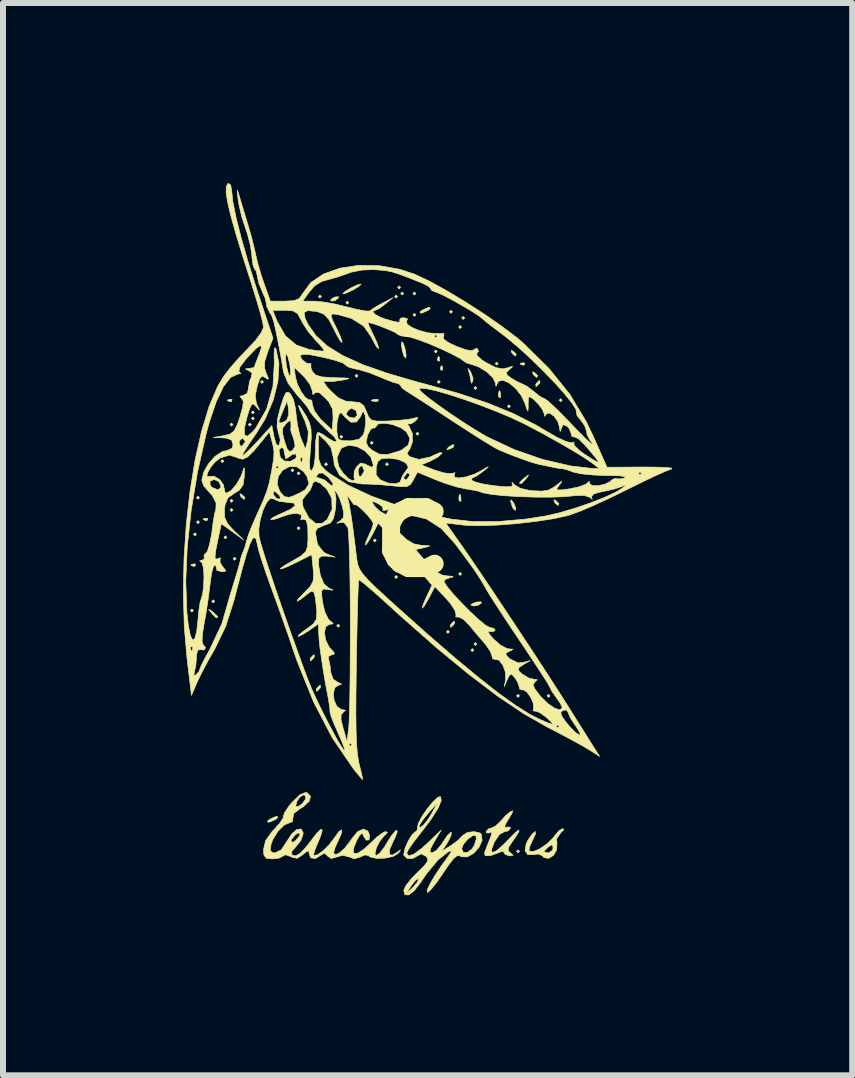
<source format=kicad_pcb>
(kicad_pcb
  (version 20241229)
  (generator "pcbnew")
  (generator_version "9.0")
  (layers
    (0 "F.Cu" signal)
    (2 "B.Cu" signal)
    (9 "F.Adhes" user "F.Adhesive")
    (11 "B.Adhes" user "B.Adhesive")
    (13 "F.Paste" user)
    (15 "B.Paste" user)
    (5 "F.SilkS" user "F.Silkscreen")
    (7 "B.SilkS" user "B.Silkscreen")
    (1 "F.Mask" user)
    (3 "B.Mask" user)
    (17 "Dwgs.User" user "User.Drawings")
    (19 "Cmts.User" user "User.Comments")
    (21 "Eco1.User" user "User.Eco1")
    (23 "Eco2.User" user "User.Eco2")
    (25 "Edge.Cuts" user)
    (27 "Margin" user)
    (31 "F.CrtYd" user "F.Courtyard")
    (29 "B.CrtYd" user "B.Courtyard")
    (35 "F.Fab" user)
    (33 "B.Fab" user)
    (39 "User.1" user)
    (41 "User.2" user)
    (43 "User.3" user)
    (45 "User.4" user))
  (footprint "c"
    (layer "F.Cu")
    (at 3.831 5.728)
    (property "Reference" "c" (at 0 0 0) (layer "F.SilkS") (effects (font (size 1.524 1.524) (thickness 0.3))))
    (attr through_hole)
    (fp_poly (pts (xy -3.658 1.397) (xy -3.683 1.422) (xy -3.708 1.397) (xy -3.683 1.372) (xy -3.658 1.397)) (stroke (width 0.01) (type solid)) (fill yes) (layer "F.SilkS"))
    (fp_poly (pts (xy -3.607 0.127) (xy -3.632 0.152) (xy -3.658 0.127) (xy -3.632 0.102) (xy -3.607 0.127)) (stroke (width 0.01) (type solid)) (fill yes) (layer "F.SilkS"))
    (fp_poly (pts (xy -3.556 -0.483) (xy -3.581 -0.457) (xy -3.607 -0.483) (xy -3.581 -0.508) (xy -3.556 -0.483)) (stroke (width 0.01) (type solid)) (fill yes) (layer "F.SilkS"))
    (fp_poly (pts (xy -3.556 -0.076) (xy -3.581 -0.051) (xy -3.607 -0.076) (xy -3.581 -0.102) (xy -3.556 -0.076)) (stroke (width 0.01) (type solid)) (fill yes) (layer "F.SilkS"))
    (fp_poly (pts (xy -3.302 1.245) (xy -3.327 1.27) (xy -3.353 1.245) (xy -3.327 1.219) (xy -3.302 1.245)) (stroke (width 0.01) (type solid)) (fill yes) (layer "F.SilkS"))
    (fp_poly (pts (xy -3.15 -1.092) (xy -3.175 -1.067) (xy -3.2 -1.092) (xy -3.175 -1.118) (xy -3.15 -1.092)) (stroke (width 0.01) (type solid)) (fill yes) (layer "F.SilkS"))
    (fp_poly (pts (xy -3.099 0.178) (xy -3.124 0.203) (xy -3.15 0.178) (xy -3.124 0.152) (xy -3.099 0.178)) (stroke (width 0.01) (type solid)) (fill yes) (layer "F.SilkS"))
    (fp_poly (pts (xy -2.997 -1.702) (xy -3.023 -1.676) (xy -3.048 -1.702) (xy -3.023 -1.727) (xy -2.997 -1.702)) (stroke (width 0.01) (type solid)) (fill yes) (layer "F.SilkS"))
    (fp_poly (pts (xy -2.997 -0.432) (xy -3.023 -0.406) (xy -3.048 -0.432) (xy -3.023 -0.457) (xy -2.997 -0.432)) (stroke (width 0.01) (type solid)) (fill yes) (layer "F.SilkS"))
    (fp_poly (pts (xy -2.997 -0.279) (xy -3.023 -0.254) (xy -3.048 -0.279) (xy -3.023 -0.305) (xy -2.997 -0.279)) (stroke (width 0.01) (type solid)) (fill yes) (layer "F.SilkS"))
    (fp_poly (pts (xy -2.946 0.533) (xy -2.972 0.559) (xy -2.997 0.533) (xy -2.972 0.508) (xy -2.946 0.533)) (stroke (width 0.01) (type solid)) (fill yes) (layer "F.SilkS"))
    (fp_poly (pts (xy -2.692 -1.702) (xy -2.718 -1.676) (xy -2.743 -1.702) (xy -2.718 -1.727) (xy -2.692 -1.702)) (stroke (width 0.01) (type solid)) (fill yes) (layer "F.SilkS"))
    (fp_poly (pts (xy -2.642 -1.905) (xy -2.667 -1.88) (xy -2.692 -1.905) (xy -2.667 -1.93) (xy -2.642 -1.905)) (stroke (width 0.01) (type solid)) (fill yes) (layer "F.SilkS"))
    (fp_poly (pts (xy -2.642 -1.803) (xy -2.667 -1.778) (xy -2.692 -1.803) (xy -2.667 -1.829) (xy -2.642 -1.803)) (stroke (width 0.01) (type solid)) (fill yes) (layer "F.SilkS"))
    (fp_poly (pts (xy -2.489 -2.413) (xy -2.515 -2.388) (xy -2.54 -2.413) (xy -2.515 -2.438) (xy -2.489 -2.413)) (stroke (width 0.01) (type solid)) (fill yes) (layer "F.SilkS"))
    (fp_poly (pts (xy -1.981 -0.94) (xy -2.007 -0.914) (xy -2.032 -0.94) (xy -2.007 -0.965) (xy -1.981 -0.94)) (stroke (width 0.01) (type solid)) (fill yes) (layer "F.SilkS"))
    (fp_poly (pts (xy -1.88 -0.889) (xy -1.905 -0.864) (xy -1.93 -0.889) (xy -1.905 -0.914) (xy -1.88 -0.889)) (stroke (width 0.01) (type solid)) (fill yes) (layer "F.SilkS"))
    (fp_poly (pts (xy -1.88 0.025) (xy -1.905 0.051) (xy -1.93 0.025) (xy -1.905 0) (xy -1.88 0.025)) (stroke (width 0.01) (type solid)) (fill yes) (layer "F.SilkS"))
    (fp_poly (pts (xy -1.524 -3.835) (xy -1.549 -3.81) (xy -1.575 -3.835) (xy -1.549 -3.861) (xy -1.524 -3.835)) (stroke (width 0.01) (type solid)) (fill yes) (layer "F.SilkS"))
    (fp_poly (pts (xy -1.422 -1.041) (xy -1.448 -1.016) (xy -1.473 -1.041) (xy -1.448 -1.067) (xy -1.422 -1.041)) (stroke (width 0.01) (type solid)) (fill yes) (layer "F.SilkS"))
    (fp_poly (pts (xy -1.219 1.651) (xy -1.245 1.676) (xy -1.27 1.651) (xy -1.245 1.626) (xy -1.219 1.651)) (stroke (width 0.01) (type solid)) (fill yes) (layer "F.SilkS"))
    (fp_poly (pts (xy -1.168 -1.499) (xy -1.194 -1.473) (xy -1.219 -1.499) (xy -1.194 -1.524) (xy -1.168 -1.499)) (stroke (width 0.01) (type solid)) (fill yes) (layer "F.SilkS"))
    (fp_poly (pts (xy -1.067 -3.734) (xy -1.092 -3.708) (xy -1.118 -3.734) (xy -1.092 -3.759) (xy -1.067 -3.734)) (stroke (width 0.01) (type solid)) (fill yes) (layer "F.SilkS"))
    (fp_poly (pts (xy -0.914 -2.515) (xy -0.94 -2.489) (xy -0.965 -2.515) (xy -0.94 -2.54) (xy -0.914 -2.515)) (stroke (width 0.01) (type solid)) (fill yes) (layer "F.SilkS"))
    (fp_poly (pts (xy -0.66 -1.397) (xy -0.686 -1.372) (xy -0.711 -1.397) (xy -0.686 -1.422) (xy -0.66 -1.397)) (stroke (width 0.01) (type solid)) (fill yes) (layer "F.SilkS"))
    (fp_poly (pts (xy -0.61 0.229) (xy -0.635 0.254) (xy -0.66 0.229) (xy -0.635 0.203) (xy -0.61 0.229)) (stroke (width 0.01) (type solid)) (fill yes) (layer "F.SilkS"))
    (fp_poly (pts (xy -0.406 -1.041) (xy -0.432 -1.016) (xy -0.457 -1.041) (xy -0.432 -1.067) (xy -0.406 -1.041)) (stroke (width 0.01) (type solid)) (fill yes) (layer "F.SilkS"))
    (fp_poly (pts (xy -0.254 -3.835) (xy -0.279 -3.81) (xy -0.305 -3.835) (xy -0.279 -3.861) (xy -0.254 -3.835)) (stroke (width 0.01) (type solid)) (fill yes) (layer "F.SilkS"))
    (fp_poly (pts (xy -0.254 0.838) (xy -0.279 0.864) (xy -0.305 0.838) (xy -0.279 0.813) (xy -0.254 0.838)) (stroke (width 0.01) (type solid)) (fill yes) (layer "F.SilkS"))
    (fp_poly (pts (xy -0.203 -3.988) (xy -0.229 -3.962) (xy -0.254 -3.988) (xy -0.229 -4.013) (xy -0.203 -3.988)) (stroke (width 0.01) (type solid)) (fill yes) (layer "F.SilkS"))
    (fp_poly (pts (xy -0.203 0.737) (xy -0.229 0.762) (xy -0.254 0.737) (xy -0.229 0.711) (xy -0.203 0.737)) (stroke (width 0.01) (type solid)) (fill yes) (layer "F.SilkS"))
    (fp_poly (pts (xy -0.152 -3.886) (xy -0.178 -3.861) (xy -0.203 -3.886) (xy -0.178 -3.912) (xy -0.152 -3.886)) (stroke (width 0.01) (type solid)) (fill yes) (layer "F.SilkS"))
    (fp_poly (pts (xy -0.102 0.737) (xy -0.127 0.762) (xy -0.152 0.737) (xy -0.127 0.711) (xy -0.102 0.737)) (stroke (width 0.01) (type solid)) (fill yes) (layer "F.SilkS"))
    (fp_poly (pts (xy 0.051 -3.886) (xy 0.025 -3.861) (xy 0 -3.886) (xy 0.025 -3.912) (xy 0.051 -3.886)) (stroke (width 0.01) (type solid)) (fill yes) (layer "F.SilkS"))
    (fp_poly (pts (xy 0.051 -3.531) (xy 0.025 -3.505) (xy 0 -3.531) (xy 0.025 -3.556) (xy 0.051 -3.531)) (stroke (width 0.01) (type solid)) (fill yes) (layer "F.SilkS"))
    (fp_poly (pts (xy 0.102 -1.549) (xy 0.076 -1.524) (xy 0.051 -1.549) (xy 0.076 -1.575) (xy 0.102 -1.549)) (stroke (width 0.01) (type solid)) (fill yes) (layer "F.SilkS"))
    (fp_poly (pts (xy 0.406 -2.921) (xy 0.381 -2.896) (xy 0.356 -2.921) (xy 0.381 -2.946) (xy 0.406 -2.921)) (stroke (width 0.01) (type solid)) (fill yes) (layer "F.SilkS"))
    (fp_poly (pts (xy 0.457 -2.413) (xy 0.432 -2.388) (xy 0.406 -2.413) (xy 0.432 -2.438) (xy 0.457 -2.413)) (stroke (width 0.01) (type solid)) (fill yes) (layer "F.SilkS"))
    (fp_poly (pts (xy 0.61 1.753) (xy 0.584 1.778) (xy 0.559 1.753) (xy 0.584 1.727) (xy 0.61 1.753)) (stroke (width 0.01) (type solid)) (fill yes) (layer "F.SilkS"))
    (fp_poly (pts (xy 0.66 -3.581) (xy 0.635 -3.556) (xy 0.61 -3.581) (xy 0.635 -3.607) (xy 0.66 -3.581)) (stroke (width 0.01) (type solid)) (fill yes) (layer "F.SilkS"))
    (fp_poly (pts (xy 0.813 -3.327) (xy 0.787 -3.302) (xy 0.762 -3.327) (xy 0.787 -3.353) (xy 0.813 -3.327)) (stroke (width 0.01) (type solid)) (fill yes) (layer "F.SilkS"))
    (fp_poly (pts (xy 0.813 0.787) (xy 0.787 0.813) (xy 0.762 0.787) (xy 0.787 0.762) (xy 0.813 0.787)) (stroke (width 0.01) (type solid)) (fill yes) (layer "F.SilkS"))
    (fp_poly (pts (xy 0.864 -3.48) (xy 0.838 -3.454) (xy 0.813 -3.48) (xy 0.838 -3.505) (xy 0.864 -3.48)) (stroke (width 0.01) (type solid)) (fill yes) (layer "F.SilkS"))
    (fp_poly (pts (xy 1.016 2.057) (xy 0.991 2.083) (xy 0.965 2.057) (xy 0.991 2.032) (xy 1.016 2.057)) (stroke (width 0.01) (type solid)) (fill yes) (layer "F.SilkS"))
    (fp_poly (pts (xy 1.067 -2.311) (xy 1.041 -2.286) (xy 1.016 -2.311) (xy 1.041 -2.337) (xy 1.067 -2.311)) (stroke (width 0.01) (type solid)) (fill yes) (layer "F.SilkS"))
    (fp_poly (pts (xy 1.067 1.956) (xy 1.041 1.981) (xy 1.016 1.956) (xy 1.041 1.93) (xy 1.067 1.956)) (stroke (width 0.01) (type solid)) (fill yes) (layer "F.SilkS"))
    (fp_poly (pts (xy 1.422 -2.718) (xy 1.397 -2.692) (xy 1.372 -2.718) (xy 1.397 -2.743) (xy 1.422 -2.718)) (stroke (width 0.01) (type solid)) (fill yes) (layer "F.SilkS"))
    (fp_poly (pts (xy 1.626 -2.007) (xy 1.6 -1.981) (xy 1.575 -2.007) (xy 1.6 -2.032) (xy 1.626 -2.007)) (stroke (width 0.01) (type solid)) (fill yes) (layer "F.SilkS"))
    (fp_poly (pts (xy 1.778 2.819) (xy 1.753 2.845) (xy 1.727 2.819) (xy 1.753 2.794) (xy 1.778 2.819)) (stroke (width 0.01) (type solid)) (fill yes) (layer "F.SilkS"))
    (fp_poly (pts (xy 1.778 5.41) (xy 1.753 5.436) (xy 1.727 5.41) (xy 1.753 5.385) (xy 1.778 5.41)) (stroke (width 0.01) (type solid)) (fill yes) (layer "F.SilkS"))
    (fp_poly (pts (xy 2.286 2.819) (xy 2.261 2.845) (xy 2.235 2.819) (xy 2.261 2.794) (xy 2.286 2.819)) (stroke (width 0.01) (type solid)) (fill yes) (layer "F.SilkS"))
    (fp_poly (pts (xy 2.489 -2.108) (xy 2.464 -2.083) (xy 2.438 -2.108) (xy 2.464 -2.134) (xy 2.489 -2.108)) (stroke (width 0.01) (type solid)) (fill yes) (layer "F.SilkS"))
    (fp_poly (pts (xy -3.624 0.627) (xy -3.631 0.657) (xy -3.658 0.66) (xy -3.699 0.642) (xy -3.691 0.627) (xy -3.631 0.62) (xy -3.624 0.627)) (stroke (width 0.01) (type solid)) (fill yes) (layer "F.SilkS"))
    (fp_poly (pts (xy -3.421 -0.135) (xy -3.428 -0.105) (xy -3.454 -0.102) (xy -3.496 -0.12) (xy -3.488 -0.135) (xy -3.428 -0.142) (xy -3.421 -0.135)) (stroke (width 0.01) (type solid)) (fill yes) (layer "F.SilkS"))
    (fp_poly (pts (xy -3.014 -2.117) (xy -3.021 -2.086) (xy -3.048 -2.083) (xy -3.09 -2.101) (xy -3.082 -2.117) (xy -3.022 -2.123) (xy -3.014 -2.117)) (stroke (width 0.01) (type solid)) (fill yes) (layer "F.SilkS"))
    (fp_poly (pts (xy -0.573 -2.113) (xy -0.588 -2.09) (xy -0.639 -2.087) (xy -0.693 -2.099) (xy -0.67 -2.118) (xy -0.591 -2.124) (xy -0.573 -2.113)) (stroke (width 0.01) (type solid)) (fill yes) (layer "F.SilkS"))
    (fp_poly (pts (xy 0.44 -2.828) (xy 0.446 -2.768) (xy 0.44 -2.76) (xy 0.41 -2.767) (xy 0.406 -2.794) (xy 0.425 -2.836) (xy 0.44 -2.828)) (stroke (width 0.01) (type solid)) (fill yes) (layer "F.SilkS"))
    (fp_poly (pts (xy 0.491 -2.675) (xy 0.497 -2.615) (xy 0.491 -2.608) (xy 0.461 -2.615) (xy 0.457 -2.642) (xy 0.476 -2.683) (xy 0.491 -2.675)) (stroke (width 0.01) (type solid)) (fill yes) (layer "F.SilkS"))
    (fp_poly (pts (xy 0.797 -0.518) (xy 0.803 -0.438) (xy 0.793 -0.42) (xy 0.77 -0.435) (xy 0.766 -0.487) (xy 0.778 -0.541) (xy 0.797 -0.518)) (stroke (width 0.01) (type solid)) (fill yes) (layer "F.SilkS"))
    (fp_poly (pts (xy 1.457 -2.245) (xy 1.463 -2.165) (xy 1.453 -2.147) (xy 1.43 -2.163) (xy 1.426 -2.214) (xy 1.439 -2.268) (xy 1.457 -2.245)) (stroke (width 0.01) (type solid)) (fill yes) (layer "F.SilkS"))
    (fp_poly (pts (xy 1.863 -2.726) (xy 1.856 -2.696) (xy 1.829 -2.692) (xy 1.787 -2.711) (xy 1.795 -2.726) (xy 1.855 -2.732) (xy 1.863 -2.726)) (stroke (width 0.01) (type solid)) (fill yes) (layer "F.SilkS"))
    (fp_poly (pts (xy -2.853 -0.538) (xy -2.798 -0.487) (xy -2.809 -0.458) (xy -2.816 -0.457) (xy -2.859 -0.493) (xy -2.875 -0.516) (xy -2.881 -0.551) (xy -2.853 -0.538)) (stroke (width 0.01) (type solid)) (fill yes) (layer "F.SilkS"))
    (fp_poly (pts (xy -1.245 -3.809) (xy -1.299 -3.767) (xy -1.358 -3.76) (xy -1.372 -3.779) (xy -1.332 -3.812) (xy -1.293 -3.829) (xy -1.24 -3.833) (xy -1.245 -3.809)) (stroke (width 0.01) (type solid)) (fill yes) (layer "F.SilkS"))
    (fp_poly (pts (xy 0.687 -1.362) (xy 0.672 -1.324) (xy 0.624 -1.299) (xy 0.565 -1.283) (xy 0.589 -1.32) (xy 0.596 -1.327) (xy 0.663 -1.367) (xy 0.687 -1.362)) (stroke (width 0.01) (type solid)) (fill yes) (layer "F.SilkS"))
    (fp_poly (pts (xy 1.669 -2.926) (xy 1.723 -2.875) (xy 1.712 -2.845) (xy 1.705 -2.845) (xy 1.662 -2.881) (xy 1.646 -2.903) (xy 1.64 -2.938) (xy 1.669 -2.926)) (stroke (width 0.01) (type solid)) (fill yes) (layer "F.SilkS"))
    (fp_poly (pts (xy 1.683 -0.39) (xy 1.716 -0.306) (xy 1.713 -0.273) (xy 1.678 -0.292) (xy 1.657 -0.332) (xy 1.628 -0.429) (xy 1.64 -0.448) (xy 1.683 -0.39)) (stroke (width 0.01) (type solid)) (fill yes) (layer "F.SilkS"))
    (fp_poly (pts (xy 2.024 -2.57) (xy 2.079 -2.519) (xy 2.067 -2.49) (xy 2.06 -2.489) (xy 2.017 -2.525) (xy 2.002 -2.548) (xy 1.996 -2.583) (xy 2.024 -2.57)) (stroke (width 0.01) (type solid)) (fill yes) (layer "F.SilkS"))
    (fp_poly (pts (xy 2.38 -0.437) (xy 2.434 -0.386) (xy 2.423 -0.356) (xy 2.416 -0.356) (xy 2.373 -0.392) (xy 2.357 -0.414) (xy 2.351 -0.449) (xy 2.38 -0.437)) (stroke (width 0.01) (type solid)) (fill yes) (layer "F.SilkS"))
    (fp_poly (pts (xy -3.377 1.388) (xy -3.34 1.416) (xy -3.27 1.479) (xy -3.251 1.505) (xy -3.276 1.52) (xy -3.343 1.455) (xy -3.359 1.435) (xy -3.403 1.375) (xy -3.377 1.388)) (stroke (width 0.01) (type solid)) (fill yes) (layer "F.SilkS"))
    (fp_poly (pts (xy -2.252 4.849) (xy -2.286 4.877) (xy -2.379 4.92) (xy -2.413 4.926) (xy -2.422 4.905) (xy -2.388 4.877) (xy -2.295 4.834) (xy -2.261 4.828) (xy -2.252 4.849)) (stroke (width 0.01) (type solid)) (fill yes) (layer "F.SilkS"))
    (fp_poly (pts (xy -1.642 2.166) (xy -1.651 2.184) (xy -1.699 2.233) (xy -1.708 2.235) (xy -1.711 2.202) (xy -1.702 2.184) (xy -1.654 2.136) (xy -1.645 2.134) (xy -1.642 2.166)) (stroke (width 0.01) (type solid)) (fill yes) (layer "F.SilkS"))
    (fp_poly (pts (xy -1.54 2.674) (xy -1.549 2.692) (xy -1.597 2.741) (xy -1.606 2.743) (xy -1.61 2.71) (xy -1.6 2.692) (xy -1.552 2.644) (xy -1.543 2.642) (xy -1.54 2.674)) (stroke (width 0.01) (type solid)) (fill yes) (layer "F.SilkS"))
    (fp_poly (pts (xy -0.16 -3.056) (xy -0.131 -2.968) (xy -0.113 -2.862) (xy -0.118 -2.811) (xy -0.145 -2.837) (xy -0.174 -2.925) (xy -0.192 -3.031) (xy -0.186 -3.082) (xy -0.16 -3.056)) (stroke (width 0.01) (type solid)) (fill yes) (layer "F.SilkS"))
    (fp_poly (pts (xy 0.288 -3.635) (xy 0.254 -3.607) (xy 0.161 -3.564) (xy 0.127 -3.558) (xy 0.118 -3.579) (xy 0.152 -3.607) (xy 0.245 -3.65) (xy 0.279 -3.656) (xy 0.288 -3.635)) (stroke (width 0.01) (type solid)) (fill yes) (layer "F.SilkS"))
    (fp_poly (pts (xy 0.695 1.608) (xy 0.686 1.626) (xy 0.638 1.674) (xy 0.629 1.676) (xy 0.626 1.644) (xy 0.635 1.626) (xy 0.683 1.577) (xy 0.692 1.575) (xy 0.695 1.608)) (stroke (width 0.01) (type solid)) (fill yes) (layer "F.SilkS"))
    (fp_poly (pts (xy 1.14 1.275) (xy 1.084 1.31) (xy 1.008 1.322) (xy 0.965 1.304) (xy 0.965 1.301) (xy 1.007 1.275) (xy 1.067 1.255) (xy 1.136 1.252) (xy 1.14 1.275)) (stroke (width 0.01) (type solid)) (fill yes) (layer "F.SilkS"))
    (fp_poly (pts (xy 1.914 -0.837) (xy 1.886 -0.8) (xy 1.812 -0.721) (xy 1.779 -0.721) (xy 1.778 -0.73) (xy 1.813 -0.773) (xy 1.867 -0.819) (xy 1.927 -0.863) (xy 1.914 -0.837)) (stroke (width 0.01) (type solid)) (fill yes) (layer "F.SilkS"))
    (fp_poly (pts (xy 2.118 -2.406) (xy 2.108 -2.388) (xy 2.06 -2.339) (xy 2.051 -2.337) (xy 2.048 -2.37) (xy 2.057 -2.388) (xy 2.105 -2.436) (xy 2.114 -2.438) (xy 2.118 -2.406)) (stroke (width 0.01) (type solid)) (fill yes) (layer "F.SilkS"))
    (fp_poly (pts (xy 0.94 -2.615) (xy 0.965 -2.576) (xy 1.002 -2.476) (xy 0.998 -2.424) (xy 0.975 -2.391) (xy 0.969 -2.422) (xy 0.951 -2.519) (xy 0.936 -2.574) (xy 0.918 -2.638) (xy 0.94 -2.615)) (stroke (width 0.01) (type solid)) (fill yes) (layer "F.SilkS"))
    (fp_poly (pts (xy -0.864 -4.041) (xy -0.904 -4.003) (xy -1.002 -3.944) (xy -1.016 -3.937) (xy -1.118 -3.891) (xy -1.167 -3.881) (xy -1.168 -3.884) (xy -1.128 -3.922) (xy -1.03 -3.98) (xy -1.016 -3.988) (xy -0.914 -4.034) (xy -0.865 -4.044) (xy -0.864 -4.041)) (stroke (width 0.01) (type solid)) (fill yes) (layer "F.SilkS"))
    (fp_poly (pts (xy 2.513 5.053) (xy 2.466 5.098) (xy 2.396 5.2) (xy 2.401 5.276) (xy 2.396 5.387) (xy 2.342 5.478) (xy 2.263 5.528) (xy 2.184 5.514) (xy 2.158 5.484) (xy 2.09 5.455) (xy 2.021 5.464) (xy 1.915 5.466) (xy 1.881 5.416) (xy 2.184 5.416) (xy 2.226 5.433) (xy 2.261 5.436) (xy 2.326 5.394) (xy 2.337 5.353) (xy 2.323 5.299) (xy 2.268 5.328) (xy 2.261 5.334) (xy 2.197 5.395) (xy 2.184 5.416) (xy 1.881 5.416) (xy 1.869 5.399) (xy 1.89 5.28) (xy 1.919 5.222) (xy 1.987 5.124) (xy 2.038 5.08) (xy 2.041 5.08) (xy 2.044 5.118) (xy 2.003 5.211) (xy 1.992 5.229) (xy 1.943 5.338) (xy 1.937 5.407) (xy 1.939 5.411) (xy 2.007 5.415) (xy 2.117 5.367) (xy 2.237 5.284) (xy 2.336 5.186) (xy 2.356 5.159) (xy 2.434 5.067) (xy 2.5 5.029) (xy 2.513 5.053)) (stroke (width 0.01) (type solid)) (fill yes) (layer "F.SilkS"))
    (fp_poly (pts (xy 1.648 4.783) (xy 1.613 4.839) (xy 1.54 4.964) (xy 1.531 5.018) (xy 1.575 5.004) (xy 1.622 5.008) (xy 1.626 5.026) (xy 1.584 5.071) (xy 1.533 5.08) (xy 1.446 5.126) (xy 1.362 5.247) (xy 1.356 5.258) (xy 1.31 5.383) (xy 1.323 5.431) (xy 1.392 5.403) (xy 1.511 5.298) (xy 1.583 5.224) (xy 1.703 5.101) (xy 1.766 5.054) (xy 1.767 5.082) (xy 1.703 5.184) (xy 1.665 5.237) (xy 1.596 5.342) (xy 1.589 5.402) (xy 1.627 5.437) (xy 1.672 5.475) (xy 1.621 5.486) (xy 1.613 5.486) (xy 1.538 5.462) (xy 1.524 5.434) (xy 1.493 5.407) (xy 1.426 5.434) (xy 1.309 5.477) (xy 1.247 5.486) (xy 1.2 5.477) (xy 1.196 5.43) (xy 1.237 5.32) (xy 1.244 5.302) (xy 1.3 5.163) (xy 1.317 5.098) (xy 1.296 5.091) (xy 1.27 5.105) (xy 1.223 5.101) (xy 1.219 5.083) (xy 1.26 5.035) (xy 1.292 5.029) (xy 1.374 4.992) (xy 1.457 4.913) (xy 1.551 4.81) (xy 1.626 4.749) (xy 1.667 4.735) (xy 1.648 4.783)) (stroke (width 0.01) (type solid)) (fill yes) (layer "F.SilkS"))
    (fp_poly (pts (xy 0.473 4.562) (xy 0.421 4.689) (xy 0.308 4.869) (xy 0.139 5.093) (xy 0.122 5.114) (xy 0.011 5.257) (xy -0.07 5.373) (xy -0.102 5.437) (xy -0.102 5.438) (xy -0.071 5.486) (xy 0.016 5.458) (xy 0.154 5.356) (xy 0.247 5.271) (xy 0.473 5.055) (xy 0.359 5.245) (xy 0.294 5.366) (xy 0.286 5.423) (xy 0.321 5.436) (xy 0.392 5.395) (xy 0.478 5.294) (xy 0.505 5.251) (xy 0.577 5.145) (xy 0.63 5.094) (xy 0.641 5.095) (xy 0.635 5.151) (xy 0.584 5.252) (xy 0.576 5.266) (xy 0.483 5.41) (xy 0.55 5.367) (xy 0.813 5.367) (xy 0.843 5.429) (xy 0.912 5.427) (xy 0.988 5.367) (xy 1.025 5.308) (xy 1.057 5.204) (xy 1.05 5.148) (xy 0.994 5.151) (xy 0.914 5.209) (xy 0.842 5.292) (xy 0.813 5.367) (xy 0.55 5.367) (xy 0.635 5.313) (xy 0.75 5.229) (xy 0.825 5.153) (xy 0.828 5.148) (xy 0.905 5.097) (xy 1.019 5.081) (xy 1.117 5.104) (xy 1.14 5.127) (xy 1.154 5.228) (xy 1.104 5.341) (xy 1.015 5.441) (xy 0.909 5.503) (xy 0.811 5.502) (xy 0.791 5.489) (xy 0.743 5.48) (xy 0.679 5.53) (xy 0.585 5.651) (xy 0.509 5.765) (xy 0.401 5.922) (xy 0.309 6.038) (xy 0.251 6.094) (xy 0.244 6.096) (xy 0.238 6.058) (xy 0.283 5.957) (xy 0.37 5.809) (xy 0.489 5.632) (xy 0.556 5.541) (xy 0.629 5.438) (xy 0.642 5.4) (xy 0.597 5.415) (xy 0.584 5.422) (xy 0.417 5.555) (xy 0.228 5.783) (xy 0.127 5.931) (xy 0.02 6.069) (xy -0.071 6.138) (xy -0.133 6.133) (xy -0.136 6.121) (xy -0.114 6.121) (xy 0.004 6.009) (xy 0.076 5.924) (xy 0.095 5.869) (xy 0.093 5.867) (xy 0.05 5.885) (xy -0.016 5.967) (xy -0.025 5.98) (xy -0.114 6.121) (xy -0.136 6.121) (xy -0.152 6.061) (xy -0.117 5.983) (xy -0.026 5.867) (xy 0.07 5.769) (xy 0.191 5.65) (xy 0.246 5.575) (xy 0.243 5.523) (xy 0.218 5.493) (xy 0.139 5.452) (xy 0.087 5.48) (xy -0.005 5.531) (xy -0.098 5.528) (xy -0.151 5.475) (xy -0.152 5.458) (xy -0.13 5.356) (xy -0.076 5.234) (xy -0.01 5.129) (xy 0.047 5.08) (xy 0.051 5.08) (xy 0.081 5.043) (xy 0.076 5.016) (xy 0.08 4.995) (xy 0.102 4.995) (xy 0.125 5.016) (xy 0.183 4.967) (xy 0.261 4.866) (xy 0.321 4.766) (xy 0.413 4.597) (xy 0.257 4.773) (xy 0.164 4.888) (xy 0.109 4.974) (xy 0.102 4.995) (xy 0.08 4.995) (xy 0.09 4.945) (xy 0.15 4.832) (xy 0.237 4.704) (xy 0.331 4.589) (xy 0.413 4.512) (xy 0.459 4.497) (xy 0.473 4.562)) (stroke (width 0.01) (type solid)) (fill yes) (layer "F.SilkS"))
    (fp_poly (pts (xy -1.763 4.434) (xy -1.704 4.493) (xy -1.729 4.577) (xy -1.827 4.668) (xy -1.884 4.701) (xy -1.987 4.781) (xy -1.999 4.852) (xy -2.007 4.917) (xy -2.043 4.928) (xy -2.142 4.97) (xy -2.249 5.076) (xy -2.335 5.215) (xy -2.364 5.296) (xy -2.377 5.397) (xy -2.338 5.433) (xy -2.296 5.436) (xy -2.192 5.385) (xy -2.1 5.245) (xy -2.1 5.245) (xy -2.032 5.245) (xy -2.001 5.26) (xy -1.956 5.232) (xy -1.892 5.156) (xy -1.88 5.118) (xy -1.91 5.103) (xy -1.956 5.131) (xy -2.02 5.207) (xy -2.032 5.245) (xy -2.1 5.245) (xy -2.018 5.118) (xy -1.932 5.046) (xy -1.863 5.037) (xy -1.83 5.101) (xy -1.829 5.119) (xy -1.865 5.226) (xy -1.93 5.309) (xy -2.017 5.409) (xy -2.018 5.47) (xy -1.955 5.486) (xy -1.884 5.448) (xy -1.786 5.348) (xy -1.716 5.258) (xy -1.602 5.108) (xy -1.533 5.042) (xy -1.51 5.059) (xy -1.539 5.161) (xy -1.574 5.244) (xy -1.628 5.374) (xy -1.654 5.46) (xy -1.653 5.476) (xy -1.595 5.47) (xy -1.502 5.406) (xy -1.398 5.304) (xy -1.312 5.192) (xy -1.229 5.077) (xy -1.185 5.052) (xy -1.191 5.112) (xy -1.241 5.225) (xy -1.296 5.346) (xy -1.321 5.431) (xy -1.321 5.435) (xy -1.293 5.469) (xy -1.225 5.438) (xy -1.135 5.357) (xy -1.045 5.242) (xy -1.021 5.205) (xy -0.923 5.084) (xy -0.826 5.039) (xy -0.75 5.072) (xy -0.721 5.144) (xy -0.73 5.219) (xy -0.776 5.224) (xy -0.82 5.161) (xy -0.824 5.144) (xy -0.848 5.106) (xy -0.891 5.15) (xy -0.934 5.226) (xy -0.993 5.37) (xy -0.985 5.444) (xy -0.92 5.444) (xy -0.807 5.368) (xy -0.722 5.288) (xy -0.601 5.174) (xy -0.499 5.099) (xy -0.453 5.08) (xy -0.424 5.098) (xy -0.471 5.144) (xy -0.55 5.237) (xy -0.608 5.351) (xy -0.632 5.453) (xy -0.609 5.481) (xy -0.551 5.44) (xy -0.473 5.338) (xy -0.432 5.268) (xy -0.355 5.146) (xy -0.288 5.069) (xy -0.273 5.059) (xy -0.26 5.084) (xy -0.293 5.173) (xy -0.323 5.233) (xy -0.386 5.376) (xy -0.391 5.46) (xy -0.342 5.474) (xy -0.268 5.43) (xy -0.207 5.385) (xy -0.218 5.41) (xy -0.245 5.445) (xy -0.33 5.496) (xy -0.465 5.524) (xy -0.606 5.528) (xy -0.713 5.504) (xy -0.74 5.481) (xy -0.797 5.47) (xy -0.866 5.5) (xy -0.977 5.535) (xy -1.054 5.506) (xy -1.172 5.476) (xy -1.261 5.503) (xy -1.362 5.53) (xy -1.422 5.488) (xy -1.424 5.484) (xy -1.476 5.438) (xy -1.532 5.474) (xy -1.627 5.532) (xy -1.702 5.518) (xy -1.727 5.453) (xy -1.736 5.401) (xy -1.778 5.418) (xy -1.832 5.464) (xy -1.925 5.526) (xy -2.008 5.512) (xy -2.032 5.498) (xy -2.126 5.467) (xy -2.16 5.487) (xy -2.228 5.523) (xy -2.34 5.537) (xy -2.445 5.525) (xy -2.484 5.467) (xy -2.489 5.38) (xy -2.455 5.232) (xy -2.343 5.077) (xy -2.311 5.045) (xy -2.214 4.935) (xy -2.161 4.853) (xy -2.158 4.828) (xy -2.141 4.771) (xy -2.073 4.667) (xy -2.063 4.655) (xy -1.954 4.655) (xy -1.915 4.668) (xy -1.839 4.613) (xy -1.783 4.529) (xy -1.798 4.477) (xy -1.827 4.47) (xy -1.887 4.51) (xy -1.93 4.572) (xy -1.954 4.655) (xy -2.063 4.655) (xy -2.014 4.595) (xy -1.885 4.469) (xy -1.789 4.429) (xy -1.763 4.434)) (stroke (width 0.01) (type solid)) (fill yes) (layer "F.SilkS"))
    (fp_poly (pts (xy -3.036 -5.693) (xy -3.02 -5.601) (xy -3.001 -5.419) (xy -2.948 -5.157) (xy -2.865 -4.828) (xy -2.756 -4.446) (xy -2.624 -4.024) (xy -2.582 -3.895) (xy -2.331 -3.142) (xy -2.418 -2.916) (xy -2.468 -2.758) (xy -2.473 -2.646) (xy -2.443 -2.555) (xy -2.407 -2.467) (xy -2.42 -2.456) (xy -2.458 -2.484) (xy -2.511 -2.51) (xy -2.551 -2.469) (xy -2.593 -2.348) (xy -2.627 -2.184) (xy -2.609 -2.062) (xy -2.594 -2.027) (xy -2.557 -1.946) (xy -2.569 -1.95) (xy -2.61 -1.999) (xy -2.655 -2.045) (xy -2.689 -2.034) (xy -2.725 -1.953) (xy -2.765 -1.824) (xy -2.809 -1.636) (xy -2.805 -1.53) (xy -2.759 -1.508) (xy -2.674 -1.576) (xy -2.62 -1.641) (xy -2.437 -1.963) (xy -2.332 -2.336) (xy -2.31 -2.718) (xy -2.313 -2.89) (xy -2.304 -2.979) (xy -2.286 -2.977) (xy -2.284 -2.972) (xy -2.232 -2.724) (xy -2.248 -2.43) (xy -2.326 -2.113) (xy -2.462 -1.795) (xy -2.607 -1.56) (xy -2.718 -1.399) (xy -2.801 -1.27) (xy -2.843 -1.194) (xy -2.845 -1.186) (xy -2.814 -1.2) (xy -2.732 -1.274) (xy -2.617 -1.394) (xy -2.597 -1.415) (xy -2.35 -1.686) (xy -2.314 -1.497) (xy -2.279 -1.376) (xy -2.238 -1.35) (xy -2.23 -1.357) (xy -2.209 -1.447) (xy -2.237 -1.554) (xy -2.239 -1.563) (xy -2.174 -1.563) (xy -2.14 -1.424) (xy -2.139 -1.421) (xy -2.094 -1.294) (xy -2.052 -1.25) (xy -2.006 -1.27) (xy -1.962 -1.343) (xy -1.985 -1.457) (xy -1.988 -1.464) (xy -2.024 -1.566) (xy -2.036 -1.613) (xy -2.032 -1.667) (xy -2.032 -1.713) (xy -2.039 -1.771) (xy -2.076 -1.754) (xy -2.117 -1.715) (xy -2.167 -1.647) (xy -2.174 -1.563) (xy -2.239 -1.563) (xy -2.264 -1.667) (xy -2.259 -1.747) (xy -2.235 -1.747) (xy -2.202 -1.727) (xy -2.132 -1.755) (xy -2.101 -1.781) (xy -2.069 -1.867) (xy -2.072 -1.965) (xy -2.097 -2.095) (xy -2.166 -1.931) (xy -2.212 -1.816) (xy -2.235 -1.75) (xy -2.235 -1.747) (xy -2.259 -1.747) (xy -2.255 -1.8) (xy -2.208 -1.988) (xy -2.205 -1.996) (xy -2.153 -2.156) (xy -2.115 -2.233) (xy -2.078 -2.244) (xy -2.039 -2.213) (xy -1.99 -2.118) (xy -1.955 -1.965) (xy -1.947 -1.882) (xy -1.923 -1.693) (xy -1.881 -1.515) (xy -1.861 -1.462) (xy -1.791 -1.295) (xy -1.752 -1.441) (xy -1.743 -1.586) (xy -1.798 -1.759) (xy -1.821 -1.81) (xy -1.889 -1.959) (xy -1.907 -2.023) (xy -1.878 -1.999) (xy -1.804 -1.886) (xy -1.781 -1.849) (xy -1.726 -1.74) (xy -1.698 -1.632) (xy -1.693 -1.491) (xy -1.708 -1.284) (xy -1.708 -1.282) (xy -1.722 -1.08) (xy -1.719 -0.967) (xy -1.698 -0.931) (xy -1.684 -0.935) (xy -1.651 -1.004) (xy -1.63 -1.145) (xy -1.626 -1.273) (xy -1.625 -1.285) (xy -1.575 -1.285) (xy -1.568 -1.124) (xy -1.533 -1.022) (xy -1.451 -0.935) (xy -1.391 -0.888) (xy -1.081 -0.692) (xy -0.686 -0.508) (xy -0.223 -0.342) (xy 0.293 -0.2) (xy 0.635 -0.127) (xy 0.994 -0.086) (xy 1.419 -0.086) (xy 1.879 -0.127) (xy 2.213 -0.179) (xy 2.439 -0.231) (xy 2.695 -0.306) (xy 2.955 -0.395) (xy 3.193 -0.488) (xy 3.381 -0.575) (xy 3.483 -0.638) (xy 3.55 -0.694) (xy 3.538 -0.696) (xy 3.48 -0.669) (xy 3.365 -0.63) (xy 3.206 -0.594) (xy 3.162 -0.586) (xy 3.019 -0.549) (xy 2.975 -0.503) (xy 2.979 -0.491) (xy 2.99 -0.458) (xy 2.95 -0.489) (xy 2.855 -0.522) (xy 2.707 -0.518) (xy 2.701 -0.517) (xy 2.521 -0.5) (xy 2.289 -0.492) (xy 2.028 -0.493) (xy 1.761 -0.502) (xy 1.512 -0.517) (xy 1.305 -0.539) (xy 1.163 -0.566) (xy 1.122 -0.582) (xy 1.054 -0.601) (xy 0.927 -0.623) (xy 0.887 -0.629) (xy 0.729 -0.663) (xy 0.53 -0.725) (xy 0.381 -0.782) (xy 0.076 -0.909) (xy 0.008 -0.779) (xy -0.038 -0.706) (xy -0.096 -0.671) (xy -0.197 -0.667) (xy -0.348 -0.682) (xy -0.556 -0.701) (xy -0.763 -0.711) (xy -0.851 -0.712) (xy -1.065 -0.748) (xy -1.222 -0.857) (xy -1.309 -1.026) (xy -1.321 -1.132) (xy -1.325 -1.15) (xy -1.265 -1.15) (xy -1.235 -1.003) (xy -1.165 -0.896) (xy -1.076 -0.804) (xy -1.004 -0.764) (xy -0.972 -0.783) (xy -0.982 -0.833) (xy -0.977 -0.911) (xy -0.914 -0.911) (xy -0.895 -0.841) (xy -0.864 -0.838) (xy -0.848 -0.863) (xy -0.612 -0.863) (xy -0.548 -0.785) (xy -0.534 -0.777) (xy -0.413 -0.728) (xy -0.296 -0.715) (xy -0.217 -0.74) (xy -0.203 -0.771) (xy -0.189 -0.807) (xy -0.152 -0.807) (xy -0.121 -0.779) (xy -0.102 -0.787) (xy -0.053 -0.855) (xy -0.051 -0.87) (xy -0.082 -0.897) (xy -0.102 -0.889) (xy -0.151 -0.822) (xy -0.152 -0.807) (xy -0.189 -0.807) (xy -0.172 -0.853) (xy -0.126 -0.916) (xy -0.076 -0.989) (xy -0.105 -1.047) (xy -0.134 -1.072) (xy -0.242 -1.121) (xy -0.389 -1.143) (xy -0.402 -1.143) (xy -0.526 -1.133) (xy -0.585 -1.085) (xy -0.611 -0.991) (xy -0.612 -0.863) (xy -0.848 -0.863) (xy -0.817 -0.912) (xy -0.813 -0.943) (xy -0.841 -1.008) (xy -0.864 -1.016) (xy -0.904 -0.973) (xy -0.914 -0.911) (xy -0.977 -0.911) (xy -0.976 -0.927) (xy -0.939 -0.998) (xy -0.872 -1.061) (xy -0.793 -1.044) (xy -0.765 -1.028) (xy -0.686 -0.99) (xy -0.661 -1.016) (xy -0.66 -1.03) (xy -0.7 -1.158) (xy -0.801 -1.265) (xy -0.933 -1.336) (xy -1.069 -1.358) (xy -1.18 -1.316) (xy -1.203 -1.292) (xy -1.265 -1.15) (xy -1.325 -1.15) (xy -1.365 -1.317) (xy -1.438 -1.41) (xy -0.78 -1.41) (xy -0.744 -1.331) (xy -0.68 -1.275) (xy -0.558 -1.209) (xy -0.418 -1.204) (xy -0.23 -1.26) (xy -0.191 -1.275) (xy -0.076 -1.362) (xy -0.049 -1.473) (xy -0.111 -1.585) (xy -0.201 -1.65) (xy -0.342 -1.703) (xy -0.478 -1.725) (xy -0.577 -1.713) (xy -0.61 -1.673) (xy -0.64 -1.642) (xy -0.655 -1.648) (xy -0.701 -1.626) (xy -0.751 -1.535) (xy -0.754 -1.525) (xy -0.78 -1.41) (xy -1.438 -1.41) (xy -1.448 -1.422) (xy -1.575 -1.542) (xy -1.575 -1.285) (xy -1.625 -1.285) (xy -1.619 -1.433) (xy -1.601 -1.542) (xy -1.582 -1.575) (xy -1.515 -1.546) (xy -1.412 -1.476) (xy -1.404 -1.47) (xy -1.306 -1.414) (xy -1.269 -1.429) (xy -1.308 -1.497) (xy -1.348 -1.535) (xy -1.41 -1.59) (xy -1.268 -1.59) (xy -1.249 -1.481) (xy -1.234 -1.454) (xy -1.163 -1.433) (xy -1.038 -1.431) (xy -1.021 -1.433) (xy -0.894 -1.459) (xy -0.829 -1.528) (xy -0.804 -1.6) (xy -0.785 -1.743) (xy -0.795 -1.853) (xy -0.822 -1.921) (xy -0.846 -1.899) (xy -0.869 -1.841) (xy -0.94 -1.745) (xy -1.035 -1.742) (xy -1.134 -1.831) (xy -1.171 -1.875) (xy -1.114 -1.875) (xy -1.067 -1.829) (xy -0.979 -1.81) (xy -0.928 -1.852) (xy -0.941 -1.924) (xy -0.955 -1.941) (xy -1.024 -1.975) (xy -1.079 -1.938) (xy -1.114 -1.875) (xy -1.171 -1.875) (xy -1.191 -1.899) (xy -1.224 -1.885) (xy -1.238 -1.852) (xy -1.264 -1.73) (xy -1.268 -1.59) (xy -1.41 -1.59) (xy -1.462 -1.638) (xy -1.579 -1.755) (xy -1.674 -1.862) (xy -1.724 -1.931) (xy -1.727 -1.941) (xy -1.759 -1.995) (xy -1.842 -2.097) (xy -1.93 -2.195) (xy -2.081 -2.393) (xy -2.156 -2.576) (xy -2.159 -2.591) (xy -2.19 -2.781) (xy -2.197 -2.819) (xy -2.123 -2.819) (xy -2.11 -2.699) (xy -2.105 -2.67) (xy -2.077 -2.557) (xy -2.051 -2.508) (xy -2.045 -2.51) (xy -2.037 -2.572) (xy -2.046 -2.658) (xy -1.978 -2.658) (xy -1.958 -2.497) (xy -1.924 -2.374) (xy -1.862 -2.251) (xy -1.792 -2.154) (xy -1.73 -2.111) (xy -1.709 -2.118) (xy -1.684 -2.102) (xy -1.676 -2.035) (xy -1.64 -1.929) (xy -1.548 -1.803) (xy -1.511 -1.766) (xy -1.346 -1.611) (xy -1.33 -1.802) (xy -1.337 -1.958) (xy -1.403 -2.083) (xy -1.454 -2.14) (xy -1.555 -2.23) (xy -1.616 -2.241) (xy -1.634 -2.223) (xy -1.666 -2.202) (xy -1.676 -2.264) (xy -1.711 -2.364) (xy -1.799 -2.484) (xy -1.827 -2.513) (xy -1.978 -2.658) (xy -2.046 -2.658) (xy -2.049 -2.692) (xy -2.055 -2.721) (xy -2.083 -2.833) (xy -2.092 -2.85) (xy -1.88 -2.85) (xy -1.846 -2.783) (xy -1.774 -2.727) (xy -1.712 -2.717) (xy -1.71 -2.718) (xy -1.696 -2.717) (xy -1.7 -2.711) (xy -1.698 -2.646) (xy -1.673 -2.584) (xy -1.622 -2.529) (xy -1.527 -2.498) (xy -1.363 -2.485) (xy -1.306 -2.483) (xy -1.141 -2.479) (xy -1.069 -2.473) (xy -1.084 -2.462) (xy -1.176 -2.442) (xy -1.193 -2.439) (xy -1.341 -2.42) (xy -1.455 -2.423) (xy -1.472 -2.427) (xy -1.485 -2.41) (xy -1.437 -2.339) (xy -1.374 -2.268) (xy -1.241 -2.147) (xy -1.119 -2.092) (xy -1.016 -2.083) (xy -0.887 -2.07) (xy -0.816 -2.013) (xy -0.773 -1.917) (xy -0.736 -1.826) (xy -0.688 -1.777) (xy -0.602 -1.76) (xy -0.449 -1.76) (xy -0.407 -1.762) (xy -0.222 -1.773) (xy -0.065 -1.791) (xy 0.008 -1.806) (xy 0.081 -1.823) (xy 0.07 -1.792) (xy 0.045 -1.764) (xy -0.033 -1.713) (xy -0.076 -1.715) (xy -0.091 -1.709) (xy -0.064 -1.674) (xy -0.01 -1.556) (xy -0.007 -1.41) (xy -0.053 -1.289) (xy -0.063 -1.278) (xy -0.098 -1.215) (xy -0.05 -1.167) (xy 0.101 -1.121) (xy 0.285 -1.161) (xy 0.364 -1.198) (xy 0.459 -1.238) (xy 0.486 -1.227) (xy 0.482 -1.218) (xy 0.412 -1.158) (xy 0.294 -1.095) (xy 0.292 -1.094) (xy 0.139 -1.03) (xy 0.37 -0.941) (xy 0.518 -0.897) (xy 0.632 -0.884) (xy 0.664 -0.891) (xy 0.703 -0.901) (xy 0.691 -0.871) (xy 0.694 -0.825) (xy 0.767 -0.812) (xy 0.885 -0.83) (xy 1.022 -0.875) (xy 1.112 -0.919) (xy 1.224 -0.984) (xy 1.257 -0.998) (xy 1.217 -0.961) (xy 1.168 -0.921) (xy 1.066 -0.847) (xy 0.995 -0.814) (xy 0.993 -0.814) (xy 0.974 -0.789) (xy 0.993 -0.765) (xy 1.066 -0.736) (xy 1.208 -0.705) (xy 1.366 -0.682) (xy 1.542 -0.666) (xy 1.635 -0.668) (xy 1.663 -0.69) (xy 1.655 -0.716) (xy 1.651 -0.741) (xy 1.688 -0.702) (xy 1.79 -0.64) (xy 1.952 -0.603) (xy 1.984 -0.6) (xy 2.15 -0.593) (xy 2.257 -0.608) (xy 2.347 -0.657) (xy 2.412 -0.706) (xy 2.481 -0.759) (xy 2.478 -0.744) (xy 2.438 -0.691) (xy 2.4 -0.635) (xy 2.413 -0.612) (xy 2.495 -0.615) (xy 2.616 -0.632) (xy 2.77 -0.665) (xy 2.879 -0.706) (xy 2.908 -0.729) (xy 2.94 -0.756) (xy 2.946 -0.72) (xy 2.987 -0.685) (xy 3.083 -0.683) (xy 3.196 -0.707) (xy 3.287 -0.751) (xy 3.309 -0.775) (xy 3.369 -0.806) (xy 3.385 -0.8) (xy 3.463 -0.796) (xy 3.531 -0.814) (xy 3.538 -0.834) (xy 3.453 -0.847) (xy 3.285 -0.853) (xy 3.226 -0.853) (xy 3.011 -0.861) (xy 2.816 -0.88) (xy 2.773 -0.889) (xy 3.759 -0.889) (xy 3.785 -0.864) (xy 3.81 -0.889) (xy 3.785 -0.914) (xy 3.759 -0.889) (xy 2.773 -0.889) (xy 2.68 -0.908) (xy 2.667 -0.913) (xy 2.559 -0.952) (xy 2.502 -0.965) (xy 2.501 -0.965) (xy 2.447 -0.969) (xy 2.349 -0.988) (xy 2.205 -1.018) (xy 2.108 -1.037) (xy 1.988 -1.07) (xy 1.812 -1.131) (xy 1.615 -1.205) (xy 1.435 -1.28) (xy 1.422 -1.286) (xy 1.336 -1.333) (xy 1.184 -1.426) (xy 0.984 -1.552) (xy 0.755 -1.7) (xy 0.638 -1.776) (xy 0.404 -1.93) (xy 0.194 -2.067) (xy 0.026 -2.175) (xy -0.083 -2.244) (xy -0.111 -2.26) (xy -0.156 -2.294) (xy 0.103 -2.294) (xy 0.144 -2.244) (xy 0.254 -2.152) (xy 0.415 -2.032) (xy 0.609 -1.895) (xy 0.818 -1.755) (xy 1.025 -1.623) (xy 1.212 -1.512) (xy 1.25 -1.491) (xy 1.693 -1.284) (xy 2.166 -1.12) (xy 2.635 -1.012) (xy 2.991 -0.971) (xy 3.113 -0.965) (xy 2.991 -1.059) (xy 2.862 -1.147) (xy 2.666 -1.268) (xy 2.427 -1.406) (xy 2.17 -1.55) (xy 1.917 -1.683) (xy 1.837 -1.724) (xy 1.617 -1.827) (xy 1.365 -1.932) (xy 1.099 -2.034) (xy 0.834 -2.128) (xy 0.588 -2.208) (xy 0.376 -2.268) (xy 0.214 -2.303) (xy 0.12 -2.309) (xy 0.103 -2.294) (xy -0.156 -2.294) (xy -0.186 -2.317) (xy -0.203 -2.349) (xy -0.243 -2.386) (xy -0.257 -2.388) (xy -0.331 -2.407) (xy -0.461 -2.458) (xy -0.543 -2.493) (xy -0.72 -2.564) (xy -0.892 -2.616) (xy -0.946 -2.627) (xy -1.061 -2.655) (xy -1.117 -2.688) (xy -1.118 -2.692) (xy -1.164 -2.727) (xy -1.287 -2.77) (xy -1.464 -2.816) (xy -1.671 -2.858) (xy -1.714 -2.866) (xy -1.826 -2.873) (xy -1.879 -2.854) (xy -1.88 -2.85) (xy -2.092 -2.85) (xy -2.109 -2.882) (xy -2.115 -2.881) (xy -2.123 -2.819) (xy -2.197 -2.819) (xy -2.235 -3.022) (xy -2.284 -3.265) (xy -2.314 -3.404) (xy -2.354 -3.52) (xy -2.391 -3.579) (xy -2.404 -3.607) (xy -2.338 -3.607) (xy -2.259 -3.416) (xy -2.123 -3.179) (xy -1.941 -3.027) (xy -1.725 -2.954) (xy -1.586 -2.933) (xy -1.494 -2.926) (xy -1.479 -2.929) (xy -1.499 -2.97) (xy -1.573 -3.057) (xy -1.624 -3.11) (xy -1.745 -3.253) (xy -1.843 -3.404) (xy -1.861 -3.442) (xy -1.92 -3.55) (xy -1.951 -3.569) (xy -1.813 -3.569) (xy -1.797 -3.476) (xy -1.748 -3.373) (xy -1.616 -3.184) (xy -1.425 -3.011) (xy -1.168 -2.852) (xy -0.835 -2.701) (xy -0.419 -2.555) (xy 0.088 -2.408) (xy 0.189 -2.382) (xy 0.763 -2.222) (xy 1.253 -2.058) (xy 1.678 -1.884) (xy 2.055 -1.692) (xy 2.222 -1.593) (xy 2.409 -1.486) (xy 2.557 -1.418) (xy 2.645 -1.399) (xy 2.654 -1.402) (xy 2.69 -1.413) (xy 2.679 -1.396) (xy 2.696 -1.347) (xy 2.779 -1.268) (xy 2.857 -1.211) (xy 3.005 -1.115) (xy 3.079 -1.075) (xy 3.089 -1.089) (xy 3.044 -1.152) (xy 3.042 -1.154) (xy 2.876 -1.352) (xy 2.761 -1.465) (xy 2.693 -1.497) (xy 2.685 -1.494) (xy 2.647 -1.509) (xy 2.642 -1.54) (xy 2.606 -1.633) (xy 2.57 -1.673) (xy 2.507 -1.702) (xy 2.474 -1.641) (xy 2.455 -1.586) (xy 2.446 -1.627) (xy 2.444 -1.656) (xy 2.414 -1.756) (xy 2.351 -1.843) (xy 2.28 -1.893) (xy 2.226 -1.883) (xy 2.219 -1.87) (xy 2.196 -1.839) (xy 2.188 -1.883) (xy 2.159 -1.954) (xy 2.094 -2.041) (xy 2.017 -2.12) (xy 1.952 -2.165) (xy 1.925 -2.155) (xy 1.922 -2.072) (xy 1.922 -1.981) (xy 1.917 -1.927) (xy 1.895 -1.969) (xy 1.872 -2.047) (xy 1.809 -2.182) (xy 1.713 -2.304) (xy 1.604 -2.396) (xy 1.502 -2.441) (xy 1.429 -2.425) (xy 1.414 -2.4) (xy 1.386 -2.34) (xy 1.376 -2.375) (xy 1.375 -2.397) (xy 1.33 -2.487) (xy 1.224 -2.586) (xy 1.09 -2.667) (xy 0.99 -2.7) (xy 0.895 -2.729) (xy 0.864 -2.749) (xy 0.789 -2.804) (xy 0.646 -2.88) (xy 0.463 -2.966) (xy 0.268 -3.05) (xy 0.088 -3.118) (xy -0.047 -3.16) (xy -0.089 -3.166) (xy -0.154 -3.175) (xy 0.356 -3.175) (xy 0.381 -3.15) (xy 0.406 -3.175) (xy 0.381 -3.2) (xy 0.356 -3.175) (xy -0.154 -3.175) (xy -0.201 -3.181) (xy -0.253 -3.206) (xy -0.254 -3.208) (xy -0.296 -3.238) (xy -0.401 -3.285) (xy -0.532 -3.338) (xy -0.657 -3.382) (xy -0.74 -3.403) (xy -0.747 -3.404) (xy -0.736 -3.363) (xy -0.691 -3.261) (xy -0.658 -3.195) (xy -0.599 -3.068) (xy -0.571 -2.983) (xy -0.573 -2.966) (xy -0.604 -2.995) (xy -0.658 -3.092) (xy -0.689 -3.156) (xy -0.82 -3.344) (xy -1.022 -3.471) (xy -1.256 -3.537) (xy -1.335 -3.546) (xy -1.363 -3.524) (xy -1.343 -3.451) (xy -1.273 -3.308) (xy -1.266 -3.295) (xy -1.208 -3.168) (xy -1.18 -3.084) (xy -1.182 -3.069) (xy -1.212 -3.099) (xy -1.269 -3.198) (xy -1.321 -3.301) (xy -1.402 -3.456) (xy -1.48 -3.54) (xy -1.582 -3.581) (xy -1.611 -3.587) (xy -1.753 -3.602) (xy -1.813 -3.569) (xy -1.951 -3.569) (xy -1.998 -3.597) (xy -2.135 -3.607) (xy -2.338 -3.607) (xy -2.404 -3.607) (xy -2.435 -3.67) (xy -2.439 -3.706) (xy -2.461 -3.805) (xy -2.515 -3.93) (xy -2.569 -4.062) (xy -2.591 -4.168) (xy -2.611 -4.26) (xy -2.633 -4.287) (xy -2.662 -4.35) (xy -2.681 -4.475) (xy -2.683 -4.516) (xy -2.708 -4.689) (xy -2.76 -4.888) (xy -2.786 -4.963) (xy -2.851 -5.161) (xy -2.899 -5.37) (xy -2.91 -5.436) (xy -2.926 -5.57) (xy -2.926 -5.609) (xy -2.908 -5.559) (xy -2.886 -5.486) (xy -2.842 -5.338) (xy -2.783 -5.143) (xy -2.741 -5.004) (xy -2.685 -4.807) (xy -2.638 -4.621) (xy -2.617 -4.521) (xy -2.581 -4.373) (xy -2.524 -4.181) (xy -2.48 -4.051) (xy -2.375 -3.759) (xy -2.136 -3.759) (xy -2.136 -3.759) (xy -1.836 -3.759) (xy -1.641 -3.759) (xy -1.49 -3.745) (xy -1.288 -3.709) (xy -1.092 -3.661) (xy -0.916 -3.618) (xy -0.781 -3.594) (xy -0.714 -3.596) (xy -0.712 -3.598) (xy -0.654 -3.642) (xy -0.541 -3.708) (xy -0.508 -3.725) (xy -0.33 -3.818) (xy -0.457 -3.714) (xy -0.556 -3.641) (xy -0.621 -3.608) (xy -0.622 -3.608) (xy -0.669 -3.588) (xy -0.639 -3.545) (xy -0.549 -3.494) (xy -0.464 -3.462) (xy -0.307 -3.418) (xy -0.228 -3.407) (xy -0.213 -3.426) (xy -0.222 -3.444) (xy -0.202 -3.476) (xy -0.151 -3.483) (xy -0.089 -3.466) (xy -0.105 -3.425) (xy -0.095 -3.375) (xy -0.013 -3.319) (xy 0.114 -3.267) (xy 0.259 -3.23) (xy 0.395 -3.219) (xy 0.42 -3.221) (xy 0.513 -3.222) (xy 0.519 -3.189) (xy 0.51 -3.177) (xy 0.51 -3.129) (xy 0.591 -3.069) (xy 0.725 -3.006) (xy 0.883 -2.949) (xy 0.983 -2.933) (xy 1.007 -2.946) (xy 1.056 -2.974) (xy 1.077 -2.966) (xy 1.095 -2.92) (xy 1.068 -2.897) (xy 1.068 -2.851) (xy 1.158 -2.774) (xy 1.227 -2.731) (xy 1.382 -2.652) (xy 1.495 -2.631) (xy 1.573 -2.647) (xy 1.658 -2.674) (xy 1.656 -2.659) (xy 1.612 -2.623) (xy 1.556 -2.568) (xy 1.574 -2.524) (xy 1.646 -2.471) (xy 1.758 -2.407) (xy 1.832 -2.376) (xy 1.91 -2.335) (xy 2.015 -2.253) (xy 2.021 -2.248) (xy 2.12 -2.17) (xy 2.191 -2.134) (xy 2.194 -2.134) (xy 2.246 -2.099) (xy 2.35 -2.005) (xy 2.489 -1.868) (xy 2.601 -1.753) (xy 2.753 -1.594) (xy 2.879 -1.468) (xy 2.964 -1.39) (xy 2.99 -1.372) (xy 2.985 -1.4) (xy 2.957 -1.433) (xy 2.903 -1.534) (xy 2.896 -1.585) (xy 2.861 -1.689) (xy 2.798 -1.774) (xy 2.736 -1.853) (xy 2.727 -1.897) (xy 2.718 -1.956) (xy 2.645 -2.069) (xy 2.521 -2.223) (xy 2.358 -2.405) (xy 2.168 -2.602) (xy 1.964 -2.801) (xy 1.758 -2.989) (xy 1.562 -3.153) (xy 1.489 -3.209) (xy 1.341 -3.321) (xy 1.227 -3.409) (xy 1.17 -3.458) (xy 1.168 -3.459) (xy 1.103 -3.512) (xy 0.977 -3.593) (xy 0.817 -3.688) (xy 0.65 -3.782) (xy 0.502 -3.859) (xy 0.401 -3.905) (xy 0.376 -3.912) (xy 0.312 -3.937) (xy 0.305 -3.956) (xy 0.263 -4.005) (xy 0.165 -4.056) (xy -0.063 -4.147) (xy -0.223 -4.207) (xy -0.338 -4.244) (xy -0.435 -4.265) (xy -0.539 -4.276) (xy -0.66 -4.285) (xy -0.849 -4.277) (xy -1.03 -4.241) (xy -1.067 -4.228) (xy -1.211 -4.176) (xy -1.327 -4.14) (xy -1.338 -4.138) (xy -1.518 -4.088) (xy -1.638 -4.015) (xy -1.729 -3.909) (xy -1.836 -3.759) (xy -2.136 -3.759) (xy -1.982 -3.767) (xy -1.896 -3.801) (xy -1.844 -3.873) (xy -1.84 -3.881) (xy -1.702 -4.068) (xy -1.488 -4.212) (xy -1.215 -4.309) (xy -0.901 -4.356) (xy -0.563 -4.351) (xy -0.219 -4.29) (xy 0.027 -4.209) (xy 0.264 -4.098) (xy 0.554 -3.939) (xy 0.873 -3.748) (xy 1.194 -3.541) (xy 1.491 -3.334) (xy 1.74 -3.145) (xy 1.84 -3.06) (xy 2.27 -2.635) (xy 2.616 -2.205) (xy 2.891 -1.748) (xy 3.002 -1.517) (xy 3.235 -0.991) (xy 3.84 -0.995) (xy 4.059 -0.993) (xy 4.221 -0.987) (xy 4.312 -0.977) (xy 4.317 -0.964) (xy 4.312 -0.963) (xy 4.219 -0.927) (xy 4.056 -0.855) (xy 3.844 -0.755) (xy 3.604 -0.637) (xy 3.524 -0.597) (xy 3.262 -0.469) (xy 3.007 -0.352) (xy 2.783 -0.257) (xy 2.617 -0.196) (xy 2.591 -0.188) (xy 2.354 -0.135) (xy 2.055 -0.089) (xy 1.726 -0.051) (xy 1.399 -0.026) (xy 1.104 -0.016) (xy 0.874 -0.024) (xy 0.854 -0.026) (xy 0.548 -0.062) (xy 0.812 0.312) (xy 0.947 0.506) (xy 1.125 0.768) (xy 1.334 1.079) (xy 1.562 1.422) (xy 1.798 1.778) (xy 2.03 2.13) (xy 2.245 2.46) (xy 2.432 2.75) (xy 2.579 2.981) (xy 2.589 2.997) (xy 2.721 3.208) (xy 2.849 3.411) (xy 2.951 3.574) (xy 2.986 3.629) (xy 3.113 3.829) (xy 2.941 3.719) (xy 2.825 3.651) (xy 2.645 3.552) (xy 2.428 3.436) (xy 2.243 3.341) (xy 2.219 3.327) (xy 2.388 3.327) (xy 2.413 3.353) (xy 2.438 3.327) (xy 2.413 3.302) (xy 2.388 3.327) (xy 2.219 3.327) (xy 1.851 3.118) (xy 1.415 2.825) (xy 0.932 2.459) (xy 0.396 2.018) (xy -0.194 1.498) (xy -0.401 1.31) (xy -0.583 1.145) (xy -0.736 1.012) (xy -0.846 0.921) (xy -0.899 0.885) (xy -0.902 0.885) (xy -0.907 0.938) (xy -0.914 1.08) (xy -0.921 1.297) (xy -0.928 1.576) (xy -0.935 1.904) (xy -0.942 2.267) (xy -0.942 2.296) (xy -0.948 2.753) (xy -0.95 3.121) (xy -0.946 3.41) (xy -0.938 3.632) (xy -0.923 3.799) (xy -0.903 3.922) (xy -0.896 3.953) (xy -0.86 4.098) (xy -0.839 4.194) (xy -0.837 4.216) (xy -0.871 4.18) (xy -0.947 4.089) (xy -0.997 4.026) (xy -1.342 3.52) (xy -1.654 2.922) (xy -1.93 2.238) (xy -1.987 2.075) (xy -2.071 1.826) (xy -2.177 1.525) (xy -2.288 1.214) (xy -2.368 0.995) (xy -2.453 0.757) (xy -2.523 0.548) (xy -2.571 0.389) (xy -2.591 0.302) (xy -2.591 0.299) (xy -2.614 0.207) (xy -2.638 0.18) (xy -2.671 0.197) (xy -2.715 0.287) (xy -2.773 0.456) (xy -2.846 0.71) (xy -2.937 1.055) (xy -2.977 1.214) (xy -3.12 1.662) (xy -3.302 2.039) (xy -3.416 2.238) (xy -3.521 2.437) (xy -3.596 2.592) (xy -3.599 2.599) (xy -3.69 2.812) (xy -3.73 2.478) (xy -3.65 2.478) (xy -3.615 2.469) (xy -3.56 2.408) (xy -3.556 2.389) (xy -3.533 2.327) (xy -3.471 2.203) (xy -3.384 2.043) (xy -3.379 2.034) (xy -3.183 1.616) (xy -3.076 1.245) (xy -3.056 1.172) (xy -3.014 1.035) (xy -2.969 0.889) (xy -2.918 0.721) (xy -2.882 0.591) (xy -2.87 0.533) (xy -2.843 0.445) (xy -2.833 0.428) (xy -2.798 0.338) (xy -2.776 0.25) (xy -2.744 0.144) (xy -2.704 0.042) (xy -2.568 0.042) (xy -2.563 0.167) (xy -2.536 0.275) (xy -2.479 0.463) (xy -2.397 0.714) (xy -2.297 1.014) (xy -2.183 1.346) (xy -2.061 1.694) (xy -1.935 2.044) (xy -1.813 2.379) (xy -1.743 2.565) (xy -1.679 2.72) (xy -1.591 2.911) (xy -1.489 3.118) (xy -1.384 3.322) (xy -1.286 3.505) (xy -1.204 3.646) (xy -1.148 3.727) (xy -1.131 3.739) (xy -1.143 3.689) (xy -1.165 3.632) (xy -1.067 3.632) (xy -1.041 3.658) (xy -1.016 3.632) (xy -1.041 3.607) (xy -1.067 3.632) (xy -1.165 3.632) (xy -1.188 3.573) (xy -1.253 3.424) (xy -1.322 3.265) (xy -1.368 3.142) (xy -1.381 3.087) (xy -1.385 3.019) (xy -1.405 2.889) (xy -1.42 2.808) (xy -1.456 2.62) (xy -1.49 2.417) (xy -1.528 2.164) (xy -1.547 2.032) (xy -1.563 1.879) (xy -1.57 1.762) (xy -1.575 1.619) (xy -1.722 1.724) (xy -1.832 1.794) (xy -1.906 1.828) (xy -1.912 1.829) (xy -1.901 1.804) (xy -1.824 1.742) (xy -1.77 1.704) (xy -1.659 1.621) (xy -1.609 1.544) (xy -1.601 1.433) (xy -1.608 1.337) (xy -1.628 1.168) (xy -1.654 1.086) (xy -1.696 1.077) (xy -1.765 1.127) (xy -1.765 1.127) (xy -1.878 1.216) (xy -1.93 1.242) (xy -1.913 1.206) (xy -1.823 1.113) (xy -1.712 0.999) (xy -1.662 0.905) (xy -1.655 0.785) (xy -1.662 0.703) (xy -1.686 0.466) (xy -1.93 0.589) (xy -2.099 0.669) (xy -2.194 0.705) (xy -2.21 0.697) (xy -2.141 0.648) (xy -2.007 0.57) (xy -1.862 0.486) (xy -1.786 0.417) (xy -1.755 0.33) (xy -1.748 0.203) (xy -1.75 0.093) (xy -1.625 0.093) (xy -1.589 0.297) (xy -1.484 0.427) (xy -1.43 0.455) (xy -1.295 0.508) (xy -1.435 0.49) (xy -1.525 0.49) (xy -1.569 0.532) (xy -1.572 0.635) (xy -1.542 0.811) (xy -1.484 0.949) (xy -1.402 1.022) (xy -1.332 1.055) (xy -1.355 1.057) (xy -1.416 1.046) (xy -1.488 1.038) (xy -1.519 1.067) (xy -1.518 1.157) (xy -1.505 1.26) (xy -1.467 1.42) (xy -1.411 1.537) (xy -1.387 1.562) (xy -1.329 1.611) (xy -1.354 1.625) (xy -1.387 1.626) (xy -1.452 1.666) (xy -1.474 1.765) (xy -1.454 1.889) (xy -1.395 2.006) (xy -1.372 2.032) (xy -1.308 2.104) (xy -1.319 2.131) (xy -1.352 2.134) (xy -1.409 2.164) (xy -1.402 2.214) (xy -1.378 2.328) (xy -1.372 2.419) (xy -1.329 2.541) (xy -1.257 2.589) (xy -1.188 2.623) (xy -1.213 2.637) (xy -1.232 2.638) (xy -1.3 2.681) (xy -1.325 2.778) (xy -1.312 2.894) (xy -1.266 2.996) (xy -1.19 3.048) (xy -1.176 3.049) (xy -1.123 3.059) (xy -1.16 3.092) (xy -1.197 3.137) (xy -1.197 3.219) (xy -1.162 3.358) (xy -1.097 3.581) (xy -1.069 3.353) (xy -1.062 3.244) (xy -1.056 3.048) (xy -1.05 2.782) (xy -1.046 2.459) (xy -1.044 2.095) (xy -1.043 1.706) (xy -1.043 1.626) (xy -1.044 1.24) (xy -1.048 0.884) (xy -1.054 0.571) (xy -1.062 0.314) (xy -1.071 0.128) (xy -1.081 0.026) (xy -1.083 0.015) (xy -1.146 -0.068) (xy -1.209 -0.07) (xy -1.268 -0.055) (xy -1.24 -0.079) (xy -1.211 -0.098) (xy -1.159 -0.152) (xy -1.153 -0.237) (xy -1.177 -0.343) (xy -1.224 -0.48) (xy -1.234 -0.5) (xy -1.094 -0.5) (xy -1.088 -0.483) (xy -1.065 -0.394) (xy -1.038 -0.24) (xy -1.004 -0.01) (xy -0.964 0.305) (xy -0.935 0.543) (xy -0.92 0.626) (xy -0.891 0.702) (xy -0.837 0.785) (xy -0.746 0.888) (xy -0.607 1.024) (xy -0.409 1.206) (xy -0.264 1.338) (xy 0.252 1.798) (xy 0.703 2.188) (xy 1.093 2.512) (xy 1.426 2.774) (xy 1.709 2.976) (xy 1.944 3.124) (xy 2.096 3.202) (xy 2.253 3.27) (xy 2.325 3.292) (xy 2.318 3.266) (xy 2.239 3.19) (xy 2.219 3.173) (xy 2.115 3.098) (xy 2.115 3.098) (xy 2.464 3.098) (xy 2.48 3.154) (xy 2.543 3.247) (xy 2.631 3.351) (xy 2.718 3.436) (xy 2.78 3.474) (xy 2.79 3.472) (xy 2.778 3.424) (xy 2.719 3.328) (xy 2.701 3.303) (xy 2.628 3.191) (xy 2.592 3.109) (xy 2.591 3.101) (xy 2.558 3.052) (xy 2.494 3.066) (xy 2.464 3.098) (xy 2.115 3.098) (xy 2.039 3.072) (xy 2.029 3.075) (xy 2.003 3.065) (xy 2.011 3.029) (xy 2.007 2.945) (xy 1.963 2.842) (xy 1.899 2.754) (xy 1.838 2.717) (xy 1.823 2.721) (xy 1.782 2.709) (xy 1.776 2.683) (xy 1.746 2.592) (xy 1.701 2.519) (xy 1.645 2.456) (xy 1.609 2.474) (xy 1.575 2.545) (xy 1.522 2.667) (xy 1.547 2.537) (xy 1.542 2.423) (xy 1.5 2.308) (xy 1.438 2.226) (xy 1.374 2.209) (xy 1.368 2.212) (xy 1.327 2.199) (xy 1.321 2.163) (xy 1.289 2.075) (xy 1.211 1.961) (xy 1.196 1.944) (xy 1.077 1.806) (xy 0.951 1.655) (xy 0.937 1.638) (xy 0.843 1.544) (xy 0.767 1.504) (xy 0.749 1.507) (xy 0.713 1.503) (xy 0.719 1.469) (xy 0.7 1.394) (xy 0.626 1.28) (xy 0.555 1.198) (xy 0.367 0.998) (xy 0.262 1.198) (xy 0.19 1.322) (xy 0.158 1.357) (xy 0.168 1.307) (xy 0.222 1.178) (xy 0.236 1.15) (xy 0.319 0.976) (xy 0.125 0.744) (xy 0.015 0.618) (xy -0.053 0.562) (xy -0.099 0.564) (xy -0.131 0.598) (xy -0.174 0.648) (xy -0.179 0.613) (xy -0.169 0.557) (xy -0.174 0.459) (xy -0.233 0.344) (xy -0.358 0.188) (xy -0.361 0.184) (xy -0.577 -0.061) (xy -0.671 0.122) (xy -0.735 0.236) (xy -0.782 0.3) (xy -0.79 0.305) (xy -0.787 0.266) (xy -0.746 0.17) (xy -0.738 0.155) (xy -0.684 0.034) (xy -0.66 -0.051) (xy -0.66 -0.053) (xy -0.689 -0.11) (xy -0.758 -0.195) (xy -0.843 -0.283) (xy -0.92 -0.35) (xy -0.964 -0.37) (xy -0.967 -0.363) (xy -0.991 -0.376) (xy -1.005 -0.398) (xy -0.673 -0.398) (xy -0.645 -0.349) (xy -0.552 -0.258) (xy -0.458 -0.207) (xy -0.39 -0.173) (xy -0.404 -0.156) (xy -0.404 -0.156) (xy -0.414 -0.123) (xy -0.354 -0.034) (xy -0.254 0.076) (xy -0.105 0.214) (xy 0.016 0.286) (xy 0.14 0.31) (xy 0.15 0.311) (xy 0.263 0.316) (xy 0.28 0.325) (xy 0.207 0.344) (xy 0.187 0.349) (xy 0.044 0.381) (xy 0.229 0.597) (xy 0.367 0.737) (xy 0.486 0.805) (xy 0.575 0.82) (xy 0.669 0.827) (xy 0.666 0.839) (xy 0.619 0.849) (xy 0.535 0.882) (xy 0.518 0.915) (xy 0.57 0.998) (xy 0.673 1.122) (xy 0.808 1.268) (xy 0.955 1.416) (xy 1.095 1.546) (xy 1.208 1.64) (xy 1.275 1.676) (xy 1.275 1.676) (xy 1.355 1.698) (xy 1.372 1.726) (xy 1.333 1.752) (xy 1.283 1.743) (xy 1.25 1.75) (xy 1.296 1.819) (xy 1.343 1.872) (xy 1.46 1.973) (xy 1.57 2.031) (xy 1.597 2.036) (xy 1.668 2.042) (xy 1.641 2.063) (xy 1.61 2.075) (xy 1.549 2.108) (xy 1.562 2.149) (xy 1.619 2.204) (xy 1.755 2.27) (xy 1.838 2.263) (xy 1.956 2.231) (xy 1.839 2.299) (xy 1.76 2.354) (xy 1.763 2.4) (xy 1.818 2.454) (xy 1.93 2.522) (xy 2.011 2.541) (xy 2.074 2.55) (xy 2.042 2.583) (xy 2.035 2.588) (xy 2.004 2.629) (xy 2.028 2.697) (xy 2.114 2.81) (xy 2.137 2.837) (xy 2.254 2.951) (xy 2.366 3.027) (xy 2.451 3.053) (xy 2.488 3.018) (xy 2.488 3.01) (xy 2.459 2.947) (xy 2.39 2.848) (xy 2.388 2.845) (xy 2.318 2.746) (xy 2.287 2.684) (xy 2.287 2.684) (xy 2.26 2.632) (xy 2.185 2.511) (xy 2.071 2.336) (xy 1.928 2.119) (xy 1.806 1.937) (xy 1.64 1.69) (xy 1.49 1.462) (xy 1.365 1.271) (xy 1.278 1.135) (xy 1.247 1.082) (xy 1.132 0.884) (xy 1.021 0.715) (xy 0.889 0.534) (xy 0.794 0.405) (xy 0.721 0.307) (xy 0.7 0.279) (xy 0.473 0.03) (xy 0.228 -0.128) (xy -0.026 -0.19) (xy -0.189 -0.178) (xy -0.272 -0.166) (xy -0.262 -0.179) (xy -0.23 -0.194) (xy -0.17 -0.227) (xy -0.194 -0.251) (xy -0.271 -0.273) (xy -0.392 -0.287) (xy -0.467 -0.273) (xy -0.502 -0.267) (xy -0.495 -0.285) (xy -0.512 -0.338) (xy -0.585 -0.388) (xy -0.667 -0.421) (xy -0.673 -0.398) (xy -1.005 -0.398) (xy -1.045 -0.454) (xy -1.047 -0.457) (xy -1.093 -0.523) (xy -1.094 -0.5) (xy -1.234 -0.5) (xy -1.273 -0.574) (xy -1.282 -0.584) (xy -1.314 -0.604) (xy -1.298 -0.568) (xy -1.281 -0.479) (xy -1.286 -0.336) (xy -1.293 -0.279) (xy -1.323 -0.137) (xy -1.373 -0.063) (xy -1.466 -0.027) (xy -1.476 -0.025) (xy -1.592 0.027) (xy -1.625 0.093) (xy -1.75 0.093) (xy -1.752 0.002) (xy -1.777 -0.106) (xy -1.825 -0.127) (xy -1.842 -0.119) (xy -1.871 -0.119) (xy -1.862 -0.139) (xy -1.86 -0.198) (xy -1.931 -0.222) (xy -2.052 -0.209) (xy -2.163 -0.173) (xy -2.285 -0.129) (xy -2.361 -0.115) (xy -2.37 -0.118) (xy -2.342 -0.148) (xy -2.245 -0.197) (xy -2.191 -0.22) (xy -2.031 -0.295) (xy -1.961 -0.355) (xy -1.983 -0.393) (xy -2.095 -0.406) (xy -2.23 -0.423) (xy -2.288 -0.448) (xy -1.842 -0.448) (xy -1.834 -0.345) (xy -1.823 -0.314) (xy -1.731 -0.144) (xy -1.621 -0.056) (xy -1.509 -0.057) (xy -1.429 -0.119) (xy -1.346 -0.291) (xy -1.353 -0.476) (xy -1.433 -0.623) (xy -1.543 -0.725) (xy -1.628 -0.76) (xy -1.673 -0.721) (xy -1.676 -0.694) (xy -1.711 -0.61) (xy -1.775 -0.536) (xy -1.842 -0.448) (xy -2.288 -0.448) (xy -2.322 -0.463) (xy -2.325 -0.466) (xy -2.38 -0.469) (xy -2.441 -0.396) (xy -2.499 -0.271) (xy -2.544 -0.117) (xy -2.568 0.042) (xy -2.704 0.042) (xy -2.68 -0.019) (xy -2.598 -0.206) (xy -2.592 -0.219) (xy -2.497 -0.429) (xy -2.457 -0.532) (xy -2.325 -0.532) (xy -2.274 -0.474) (xy -2.226 -0.457) (xy -2.206 -0.486) (xy -2.236 -0.535) (xy -2.298 -0.588) (xy -2.324 -0.589) (xy -2.325 -0.532) (xy -2.457 -0.532) (xy -2.435 -0.588) (xy -2.4 -0.709) (xy -2.262 -0.709) (xy -2.217 -0.588) (xy -2.144 -0.501) (xy -2.064 -0.49) (xy -1.995 -0.512) (xy -1.87 -0.57) (xy -1.792 -0.619) (xy -1.732 -0.714) (xy -1.76 -0.824) (xy -1.616 -0.824) (xy -1.566 -0.813) (xy -1.468 -0.777) (xy -1.421 -0.735) (xy -1.357 -0.684) (xy -1.329 -0.686) (xy -1.341 -0.737) (xy -1.408 -0.821) (xy -1.412 -0.825) (xy -1.502 -0.896) (xy -1.565 -0.891) (xy -1.584 -0.874) (xy -1.616 -0.824) (xy -1.76 -0.824) (xy -1.762 -0.833) (xy -1.82 -0.916) (xy -1.935 -0.999) (xy -2.058 -1.002) (xy -2.168 -0.943) (xy -2.243 -0.84) (xy -2.262 -0.709) (xy -2.4 -0.709) (xy -2.392 -0.737) (xy -2.357 -0.915) (xy -2.343 -0.991) (xy -2.286 -0.991) (xy -2.261 -0.965) (xy -2.235 -0.991) (xy -2.261 -1.016) (xy -2.286 -0.991) (xy -2.343 -0.991) (xy -2.319 -1.147) (xy -2.315 -1.252) (xy -2.32 -1.283) (xy -2.232 -1.283) (xy -2.212 -1.169) (xy -2.205 -1.148) (xy -2.139 -1.094) (xy -2.039 -1.09) (xy -1.987 -1.118) (xy -1.88 -1.118) (xy -1.861 -1.076) (xy -1.846 -1.084) (xy -1.84 -1.144) (xy -1.846 -1.151) (xy -1.876 -1.144) (xy -1.88 -1.118) (xy -1.987 -1.118) (xy -1.957 -1.134) (xy -1.942 -1.16) (xy -1.95 -1.213) (xy -2.009 -1.205) (xy -2.073 -1.158) (xy -2.119 -1.132) (xy -2.133 -1.194) (xy -2.134 -1.209) (xy -2.153 -1.297) (xy -2.184 -1.321) (xy -2.232 -1.283) (xy -2.32 -1.283) (xy -2.332 -1.356) (xy -2.353 -1.439) (xy -2.392 -1.583) (xy -2.5 -1.446) (xy -2.648 -1.267) (xy -2.755 -1.163) (xy -2.837 -1.124) (xy -2.907 -1.14) (xy -2.925 -1.152) (xy -3.06 -1.193) (xy -3.211 -1.145) (xy -3.303 -1.073) (xy -3.369 -0.992) (xy -3.417 -0.906) (xy -3.434 -0.844) (xy -3.409 -0.835) (xy -3.404 -0.838) (xy -3.315 -0.842) (xy -3.219 -0.785) (xy -3.156 -0.697) (xy -3.15 -0.659) (xy -3.131 -0.577) (xy -3.107 -0.559) (xy -3.03 -0.601) (xy -2.941 -0.705) (xy -2.865 -0.84) (xy -2.844 -0.896) (xy -2.816 -0.979) (xy -2.805 -0.978) (xy -2.807 -0.885) (xy -2.809 -0.84) (xy -2.83 -0.696) (xy -2.892 -0.609) (xy -2.972 -0.56) (xy -3.082 -0.481) (xy -3.13 -0.367) (xy -3.14 -0.292) (xy -3.137 -0.155) (xy -3.087 -0.048) (xy -2.988 0.06) (xy -2.819 0.221) (xy -3.192 -0.05) (xy -3.247 0.206) (xy -3.285 0.394) (xy -3.298 0.501) (xy -3.286 0.541) (xy -3.248 0.533) (xy -3.239 0.528) (xy -3.203 0.518) (xy -3.213 0.534) (xy -3.213 0.598) (xy -3.17 0.666) (xy -3.117 0.733) (xy -3.143 0.751) (xy -3.191 0.749) (xy -3.265 0.728) (xy -3.272 0.704) (xy -3.284 0.648) (xy -3.297 0.638) (xy -3.326 0.669) (xy -3.355 0.779) (xy -3.379 0.947) (xy -3.379 0.952) (xy -3.41 1.195) (xy -3.45 1.458) (xy -3.479 1.614) (xy -3.507 1.785) (xy -3.513 1.91) (xy -3.499 1.96) (xy -3.455 2.017) (xy -3.481 2.056) (xy -3.531 2.05) (xy -3.586 2.055) (xy -3.606 2.137) (xy -3.607 2.175) (xy -3.618 2.317) (xy -3.641 2.417) (xy -3.65 2.478) (xy -3.73 2.478) (xy -3.763 2.206) (xy -3.778 2.032) (xy -3.708 2.032) (xy -3.69 2.074) (xy -3.675 2.066) (xy -3.668 2.006) (xy -3.675 1.998) (xy -3.705 2.005) (xy -3.708 2.032) (xy -3.778 2.032) (xy -3.81 1.667) (xy -3.826 1.102) (xy -3.822 0.906) (xy -3.785 0.906) (xy -3.767 1.419) (xy -3.742 1.644) (xy -3.708 1.816) (xy -3.67 1.889) (xy -3.634 1.865) (xy -3.603 1.745) (xy -3.582 1.557) (xy -3.566 1.392) (xy -3.548 1.27) (xy -3.536 1.228) (xy -3.506 1.133) (xy -3.487 0.987) (xy -3.482 0.826) (xy -3.49 0.688) (xy -3.513 0.606) (xy -3.519 0.6) (xy -3.553 0.566) (xy -3.515 0.56) (xy -3.473 0.531) (xy -3.48 0.508) (xy -3.478 0.461) (xy -3.462 0.457) (xy -3.425 0.411) (xy -3.387 0.289) (xy -3.353 0.117) (xy -3.329 -0.076) (xy -3.306 -0.21) (xy -3.284 -0.289) (xy -3.279 -0.393) (xy -3.339 -0.513) (xy -3.475 -0.668) (xy -3.486 -0.679) (xy -3.511 -0.754) (xy -3.383 -0.754) (xy -3.377 -0.685) (xy -3.347 -0.655) (xy -3.246 -0.613) (xy -3.203 -0.652) (xy -3.2 -0.68) (xy -3.237 -0.754) (xy -3.313 -0.787) (xy -3.38 -0.758) (xy -3.383 -0.754) (xy -3.511 -0.754) (xy -3.518 -0.775) (xy -3.487 -0.907) (xy -3.408 -1.047) (xy -3.299 -1.171) (xy -3.176 -1.252) (xy -3.096 -1.27) (xy -3.013 -1.307) (xy -2.997 -1.372) (xy -3.004 -1.394) (xy -2.896 -1.394) (xy -2.871 -1.341) (xy -2.845 -1.346) (xy -2.796 -1.411) (xy -2.794 -1.425) (xy -2.833 -1.472) (xy -2.845 -1.473) (xy -2.889 -1.432) (xy -2.896 -1.394) (xy -3.004 -1.394) (xy -3.021 -1.445) (xy -3.109 -1.476) (xy -3.162 -1.48) (xy -3.327 -1.487) (xy -3.15 -1.518) (xy -3.045 -1.545) (xy -2.978 -1.598) (xy -2.925 -1.704) (xy -2.883 -1.826) (xy -2.836 -1.994) (xy -2.826 -2.091) (xy -2.854 -2.14) (xy -2.858 -2.143) (xy -2.884 -2.175) (xy -2.832 -2.184) (xy -2.758 -2.226) (xy -2.742 -2.299) (xy -2.721 -2.426) (xy -2.693 -2.489) (xy -2.68 -2.563) (xy -2.732 -2.6) (xy -2.792 -2.628) (xy -2.756 -2.637) (xy -2.731 -2.638) (xy -2.655 -2.65) (xy -2.642 -2.661) (xy -2.624 -2.715) (xy -2.58 -2.828) (xy -2.563 -2.868) (xy -2.524 -2.986) (xy -2.54 -3.021) (xy -2.612 -2.972) (xy -2.74 -2.839) (xy -2.787 -2.786) (xy -2.883 -2.66) (xy -2.901 -2.589) (xy -2.884 -2.574) (xy -2.868 -2.552) (xy -2.915 -2.544) (xy -3.037 -2.489) (xy -3.158 -2.334) (xy -3.277 -2.084) (xy -3.393 -1.741) (xy -3.447 -1.541) (xy -3.589 -0.911) (xy -3.694 -0.279) (xy -3.76 0.333) (xy -3.785 0.906) (xy -3.822 0.906) (xy -3.814 0.526) (xy -3.776 -0.046) (xy -3.713 -0.599) (xy -3.628 -1.12) (xy -3.521 -1.593) (xy -3.396 -2.004) (xy -3.253 -2.339) (xy -3.153 -2.507) (xy -3.037 -2.656) (xy -2.882 -2.832) (xy -2.748 -2.97) (xy -2.617 -3.111) (xy -2.525 -3.238) (xy -2.489 -3.325) (xy -2.489 -3.325) (xy -2.504 -3.412) (xy -2.545 -3.572) (xy -2.607 -3.784) (xy -2.682 -4.025) (xy -2.686 -4.039) (xy -2.836 -4.506) (xy -2.951 -4.885) (xy -3.035 -5.184) (xy -3.088 -5.409) (xy -3.113 -5.569) (xy -3.11 -5.669) (xy -3.083 -5.718) (xy -3.073 -5.723) (xy -3.036 -5.693)) (stroke (width 0.01) (type solid)) (fill yes) (layer "F.SilkS")))
  (gr_rect
    (start -3 -3)
    (end 11.153 14.871)
    (stroke (width 0.1) (type default))
    (fill no)
    (layer "Edge.Cuts")))
</source>
